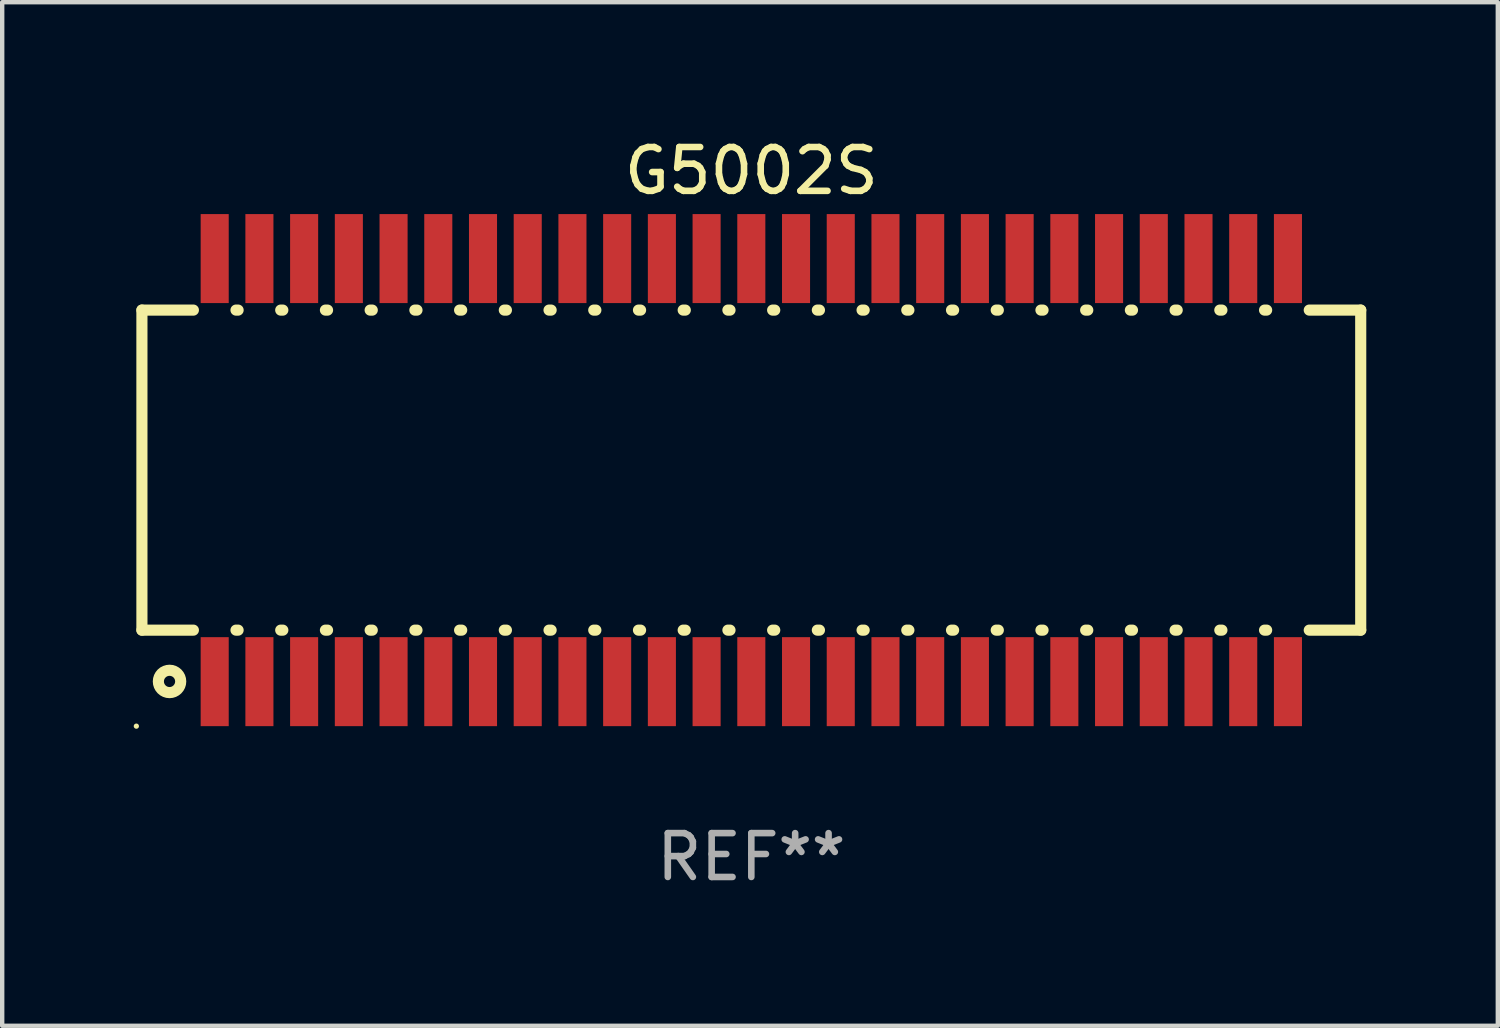
<source format=kicad_pcb>
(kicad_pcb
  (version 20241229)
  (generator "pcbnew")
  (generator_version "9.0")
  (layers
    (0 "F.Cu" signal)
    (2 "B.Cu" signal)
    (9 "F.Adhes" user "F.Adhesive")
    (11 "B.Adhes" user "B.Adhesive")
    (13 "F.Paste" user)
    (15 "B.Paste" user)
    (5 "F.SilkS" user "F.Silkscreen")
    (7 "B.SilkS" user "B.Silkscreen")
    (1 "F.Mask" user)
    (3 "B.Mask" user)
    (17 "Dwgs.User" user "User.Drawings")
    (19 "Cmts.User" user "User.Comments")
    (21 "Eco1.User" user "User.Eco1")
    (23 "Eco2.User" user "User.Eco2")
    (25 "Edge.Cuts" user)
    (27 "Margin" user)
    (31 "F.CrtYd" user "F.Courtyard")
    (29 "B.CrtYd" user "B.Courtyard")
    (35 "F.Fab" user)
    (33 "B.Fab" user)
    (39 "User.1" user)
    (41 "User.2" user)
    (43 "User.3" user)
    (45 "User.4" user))
  (footprint "G5002S"
    (layer "F.Cu")
    (at 14.087 7.673)
    (property "Reference" "G5002S" (at 0 -6.825 0) (layer "F.SilkS") (effects (font (size 1 1) (thickness 0.15))))
    (attr through_hole)
    (fp_line (start -13.9 -3.65) (end -13.9 3.65) (stroke (width 0.254) (type solid)) (layer "F.SilkS"))
    (fp_line (start -13.9 -3.65) (end -12.726 -3.65) (stroke (width 0.254) (type solid)) (layer "F.SilkS"))
    (fp_line (start -13.9 3.65) (end -12.726 3.65) (stroke (width 0.254) (type solid)) (layer "F.SilkS"))
    (fp_line (start -11.754 -3.65) (end -11.706 -3.65) (stroke (width 0.254) (type solid)) (layer "F.SilkS"))
    (fp_line (start -11.754 3.65) (end -11.706 3.65) (stroke (width 0.254) (type solid)) (layer "F.SilkS"))
    (fp_line (start -10.734 -3.65) (end -10.686 -3.65) (stroke (width 0.254) (type solid)) (layer "F.SilkS"))
    (fp_line (start -10.734 3.65) (end -10.686 3.65) (stroke (width 0.254) (type solid)) (layer "F.SilkS"))
    (fp_line (start -9.714 -3.65) (end -9.666 -3.65) (stroke (width 0.254) (type solid)) (layer "F.SilkS"))
    (fp_line (start -9.714 3.65) (end -9.666 3.65) (stroke (width 0.254) (type solid)) (layer "F.SilkS"))
    (fp_line (start -8.694 -3.65) (end -8.646 -3.65) (stroke (width 0.254) (type solid)) (layer "F.SilkS"))
    (fp_line (start -8.694 3.65) (end -8.646 3.65) (stroke (width 0.254) (type solid)) (layer "F.SilkS"))
    (fp_line (start -7.674 -3.65) (end -7.626 -3.65) (stroke (width 0.254) (type solid)) (layer "F.SilkS"))
    (fp_line (start -7.674 3.65) (end -7.626 3.65) (stroke (width 0.254) (type solid)) (layer "F.SilkS"))
    (fp_line (start -6.654 -3.65) (end -6.606 -3.65) (stroke (width 0.254) (type solid)) (layer "F.SilkS"))
    (fp_line (start -6.654 3.65) (end -6.606 3.65) (stroke (width 0.254) (type solid)) (layer "F.SilkS"))
    (fp_line (start -5.634 -3.65) (end -5.586 -3.65) (stroke (width 0.254) (type solid)) (layer "F.SilkS"))
    (fp_line (start -5.634 3.65) (end -5.586 3.65) (stroke (width 0.254) (type solid)) (layer "F.SilkS"))
    (fp_line (start -4.614 -3.65) (end -4.566 -3.65) (stroke (width 0.254) (type solid)) (layer "F.SilkS"))
    (fp_line (start -4.614 3.65) (end -4.566 3.65) (stroke (width 0.254) (type solid)) (layer "F.SilkS"))
    (fp_line (start -3.594 -3.65) (end -3.546 -3.65) (stroke (width 0.254) (type solid)) (layer "F.SilkS"))
    (fp_line (start -3.594 3.65) (end -3.546 3.65) (stroke (width 0.254) (type solid)) (layer "F.SilkS"))
    (fp_line (start -2.574 -3.65) (end -2.526 -3.65) (stroke (width 0.254) (type solid)) (layer "F.SilkS"))
    (fp_line (start -2.574 3.65) (end -2.526 3.65) (stroke (width 0.254) (type solid)) (layer "F.SilkS"))
    (fp_line (start -1.554 -3.65) (end -1.506 -3.65) (stroke (width 0.254) (type solid)) (layer "F.SilkS"))
    (fp_line (start -1.554 3.65) (end -1.506 3.65) (stroke (width 0.254) (type solid)) (layer "F.SilkS"))
    (fp_line (start -0.534 -3.65) (end -0.486 -3.65) (stroke (width 0.254) (type solid)) (layer "F.SilkS"))
    (fp_line (start -0.534 3.65) (end -0.486 3.65) (stroke (width 0.254) (type solid)) (layer "F.SilkS"))
    (fp_line (start 0.486 -3.65) (end 0.534 -3.65) (stroke (width 0.254) (type solid)) (layer "F.SilkS"))
    (fp_line (start 0.486 3.65) (end 0.534 3.65) (stroke (width 0.254) (type solid)) (layer "F.SilkS"))
    (fp_line (start 1.506 -3.65) (end 1.554 -3.65) (stroke (width 0.254) (type solid)) (layer "F.SilkS"))
    (fp_line (start 1.506 3.65) (end 1.554 3.65) (stroke (width 0.254) (type solid)) (layer "F.SilkS"))
    (fp_line (start 2.526 -3.65) (end 2.574 -3.65) (stroke (width 0.254) (type solid)) (layer "F.SilkS"))
    (fp_line (start 2.526 3.65) (end 2.574 3.65) (stroke (width 0.254) (type solid)) (layer "F.SilkS"))
    (fp_line (start 3.546 -3.65) (end 3.594 -3.65) (stroke (width 0.254) (type solid)) (layer "F.SilkS"))
    (fp_line (start 3.546 3.65) (end 3.594 3.65) (stroke (width 0.254) (type solid)) (layer "F.SilkS"))
    (fp_line (start 4.566 -3.65) (end 4.614 -3.65) (stroke (width 0.254) (type solid)) (layer "F.SilkS"))
    (fp_line (start 4.566 3.65) (end 4.614 3.65) (stroke (width 0.254) (type solid)) (layer "F.SilkS"))
    (fp_line (start 5.586 -3.65) (end 5.634 -3.65) (stroke (width 0.254) (type solid)) (layer "F.SilkS"))
    (fp_line (start 5.586 3.65) (end 5.634 3.65) (stroke (width 0.254) (type solid)) (layer "F.SilkS"))
    (fp_line (start 6.606 -3.65) (end 6.654 -3.65) (stroke (width 0.254) (type solid)) (layer "F.SilkS"))
    (fp_line (start 6.606 3.65) (end 6.654 3.65) (stroke (width 0.254) (type solid)) (layer "F.SilkS"))
    (fp_line (start 7.626 -3.65) (end 7.674 -3.65) (stroke (width 0.254) (type solid)) (layer "F.SilkS"))
    (fp_line (start 7.626 3.65) (end 7.674 3.65) (stroke (width 0.254) (type solid)) (layer "F.SilkS"))
    (fp_line (start 8.646 -3.65) (end 8.694 -3.65) (stroke (width 0.254) (type solid)) (layer "F.SilkS"))
    (fp_line (start 8.646 3.65) (end 8.694 3.65) (stroke (width 0.254) (type solid)) (layer "F.SilkS"))
    (fp_line (start 9.666 -3.65) (end 9.714 -3.65) (stroke (width 0.254) (type solid)) (layer "F.SilkS"))
    (fp_line (start 9.666 3.65) (end 9.714 3.65) (stroke (width 0.254) (type solid)) (layer "F.SilkS"))
    (fp_line (start 10.686 -3.65) (end 10.734 -3.65) (stroke (width 0.254) (type solid)) (layer "F.SilkS"))
    (fp_line (start 10.686 3.65) (end 10.734 3.65) (stroke (width 0.254) (type solid)) (layer "F.SilkS"))
    (fp_line (start 11.706 -3.65) (end 11.754 -3.65) (stroke (width 0.254) (type solid)) (layer "F.SilkS"))
    (fp_line (start 11.706 3.65) (end 11.754 3.65) (stroke (width 0.254) (type solid)) (layer "F.SilkS"))
    (fp_line (start 12.726 -3.65) (end 13.9 -3.65) (stroke (width 0.254) (type solid)) (layer "F.SilkS"))
    (fp_line (start 12.726 3.65) (end 13.9 3.65) (stroke (width 0.254) (type solid)) (layer "F.SilkS"))
    (fp_line (start 13.9 -3.65) (end 13.9 3.65) (stroke (width 0.254) (type solid)) (layer "F.SilkS"))
    (fp_circle (center -14.027 5.84) (end -13.997 5.84) (stroke (width 0.06) (type solid)) (fill no) (layer "F.SilkS"))
    (fp_circle (center -13.27 4.82) (end -13.015 4.82) (stroke (width 0.254) (type solid)) (fill no) (layer "F.SilkS"))
    (fp_text user "REF**" (at 0 8.825 0) (layer "F.Fab") (effects (font (size 1 1) (thickness 0.15))))
    (pad "1" smd rect (at -12.24 4.825) (size 0.64 2.03) (layers "F.Cu" "F.Mask" "F.Paste"))
    (pad "2" smd rect (at -11.22 4.825) (size 0.64 2.03) (layers "F.Cu" "F.Mask" "F.Paste"))
    (pad "3" smd rect (at -10.2 4.825) (size 0.64 2.03) (layers "F.Cu" "F.Mask" "F.Paste"))
    (pad "4" smd rect (at -9.18 4.825) (size 0.64 2.03) (layers "F.Cu" "F.Mask" "F.Paste"))
    (pad "5" smd rect (at -8.16 4.825) (size 0.64 2.03) (layers "F.Cu" "F.Mask" "F.Paste"))
    (pad "6" smd rect (at -7.14 4.825) (size 0.64 2.03) (layers "F.Cu" "F.Mask" "F.Paste"))
    (pad "7" smd rect (at -6.12 4.825) (size 0.64 2.03) (layers "F.Cu" "F.Mask" "F.Paste"))
    (pad "8" smd rect (at -5.1 4.825) (size 0.64 2.03) (layers "F.Cu" "F.Mask" "F.Paste"))
    (pad "9" smd rect (at -4.08 4.825) (size 0.64 2.03) (layers "F.Cu" "F.Mask" "F.Paste"))
    (pad "10" smd rect (at -3.06 4.825) (size 0.64 2.03) (layers "F.Cu" "F.Mask" "F.Paste"))
    (pad "11" smd rect (at -2.04 4.825) (size 0.64 2.03) (layers "F.Cu" "F.Mask" "F.Paste"))
    (pad "12" smd rect (at -1.02 4.825) (size 0.64 2.03) (layers "F.Cu" "F.Mask" "F.Paste"))
    (pad "13" smd rect (at -0.000025 4.825) (size 0.64 2.03) (layers "F.Cu" "F.Mask" "F.Paste"))
    (pad "14" smd rect (at 1.02 4.825) (size 0.64 2.03) (layers "F.Cu" "F.Mask" "F.Paste"))
    (pad "15" smd rect (at 2.04 4.825) (size 0.64 2.03) (layers "F.Cu" "F.Mask" "F.Paste"))
    (pad "16" smd rect (at 3.06 4.825) (size 0.64 2.03) (layers "F.Cu" "F.Mask" "F.Paste"))
    (pad "17" smd rect (at 4.08 4.825) (size 0.64 2.03) (layers "F.Cu" "F.Mask" "F.Paste"))
    (pad "18" smd rect (at 5.1 4.825) (size 0.64 2.03) (layers "F.Cu" "F.Mask" "F.Paste"))
    (pad "19" smd rect (at 6.12 4.825) (size 0.64 2.03) (layers "F.Cu" "F.Mask" "F.Paste"))
    (pad "20" smd rect (at 7.14 4.825) (size 0.64 2.03) (layers "F.Cu" "F.Mask" "F.Paste"))
    (pad "21" smd rect (at 8.16 4.825) (size 0.64 2.03) (layers "F.Cu" "F.Mask" "F.Paste"))
    (pad "22" smd rect (at 9.18 4.825) (size 0.64 2.03) (layers "F.Cu" "F.Mask" "F.Paste"))
    (pad "23" smd rect (at 10.2 4.825) (size 0.64 2.03) (layers "F.Cu" "F.Mask" "F.Paste"))
    (pad "24" smd rect (at 11.22 4.825) (size 0.64 2.03) (layers "F.Cu" "F.Mask" "F.Paste"))
    (pad "25" smd rect (at 12.24 4.825) (size 0.64 2.03) (layers "F.Cu" "F.Mask" "F.Paste"))
    (pad "26" smd rect (at 12.24 -4.825) (size 0.64 2.03) (layers "F.Cu" "F.Mask" "F.Paste"))
    (pad "27" smd rect (at 11.22 -4.825) (size 0.64 2.03) (layers "F.Cu" "F.Mask" "F.Paste"))
    (pad "28" smd rect (at 10.2 -4.825) (size 0.64 2.03) (layers "F.Cu" "F.Mask" "F.Paste"))
    (pad "29" smd rect (at 9.18 -4.825) (size 0.64 2.03) (layers "F.Cu" "F.Mask" "F.Paste"))
    (pad "30" smd rect (at 8.16 -4.825) (size 0.64 2.03) (layers "F.Cu" "F.Mask" "F.Paste"))
    (pad "31" smd rect (at 7.14 -4.825) (size 0.64 2.03) (layers "F.Cu" "F.Mask" "F.Paste"))
    (pad "32" smd rect (at 6.12 -4.825) (size 0.64 2.03) (layers "F.Cu" "F.Mask" "F.Paste"))
    (pad "33" smd rect (at 5.1 -4.825) (size 0.64 2.03) (layers "F.Cu" "F.Mask" "F.Paste"))
    (pad "34" smd rect (at 4.08 -4.825) (size 0.64 2.03) (layers "F.Cu" "F.Mask" "F.Paste"))
    (pad "35" smd rect (at 3.06 -4.825) (size 0.64 2.03) (layers "F.Cu" "F.Mask" "F.Paste"))
    (pad "36" smd rect (at 2.04 -4.825) (size 0.64 2.03) (layers "F.Cu" "F.Mask" "F.Paste"))
    (pad "37" smd rect (at 1.02 -4.825) (size 0.64 2.03) (layers "F.Cu" "F.Mask" "F.Paste"))
    (pad "38" smd rect (at -0.000025 -4.825) (size 0.64 2.03) (layers "F.Cu" "F.Mask" "F.Paste"))
    (pad "39" smd rect (at -1.02 -4.825) (size 0.64 2.03) (layers "F.Cu" "F.Mask" "F.Paste"))
    (pad "40" smd rect (at -2.04 -4.825) (size 0.64 2.03) (layers "F.Cu" "F.Mask" "F.Paste"))
    (pad "41" smd rect (at -3.06 -4.825) (size 0.64 2.03) (layers "F.Cu" "F.Mask" "F.Paste"))
    (pad "42" smd rect (at -4.08 -4.825) (size 0.64 2.03) (layers "F.Cu" "F.Mask" "F.Paste"))
    (pad "43" smd rect (at -5.1 -4.825) (size 0.64 2.03) (layers "F.Cu" "F.Mask" "F.Paste"))
    (pad "44" smd rect (at -6.12 -4.825) (size 0.64 2.03) (layers "F.Cu" "F.Mask" "F.Paste"))
    (pad "45" smd rect (at -7.14 -4.825) (size 0.64 2.03) (layers "F.Cu" "F.Mask" "F.Paste"))
    (pad "46" smd rect (at -8.16 -4.825) (size 0.64 2.03) (layers "F.Cu" "F.Mask" "F.Paste"))
    (pad "47" smd rect (at -9.18 -4.825) (size 0.64 2.03) (layers "F.Cu" "F.Mask" "F.Paste"))
    (pad "48" smd rect (at -10.2 -4.825) (size 0.64 2.03) (layers "F.Cu" "F.Mask" "F.Paste"))
    (pad "49" smd rect (at -11.22 -4.825) (size 0.64 2.03) (layers "F.Cu" "F.Mask" "F.Paste"))
    (pad "50" smd rect (at -12.24 -4.825) (size 0.64 2.03) (layers "F.Cu" "F.Mask" "F.Paste")))
  (gr_rect
    (start -3 -3)
    (end 31.114 20.347)
    (stroke (width 0.1) (type default))
    (fill no)
    (layer "Edge.Cuts")))
</source>
